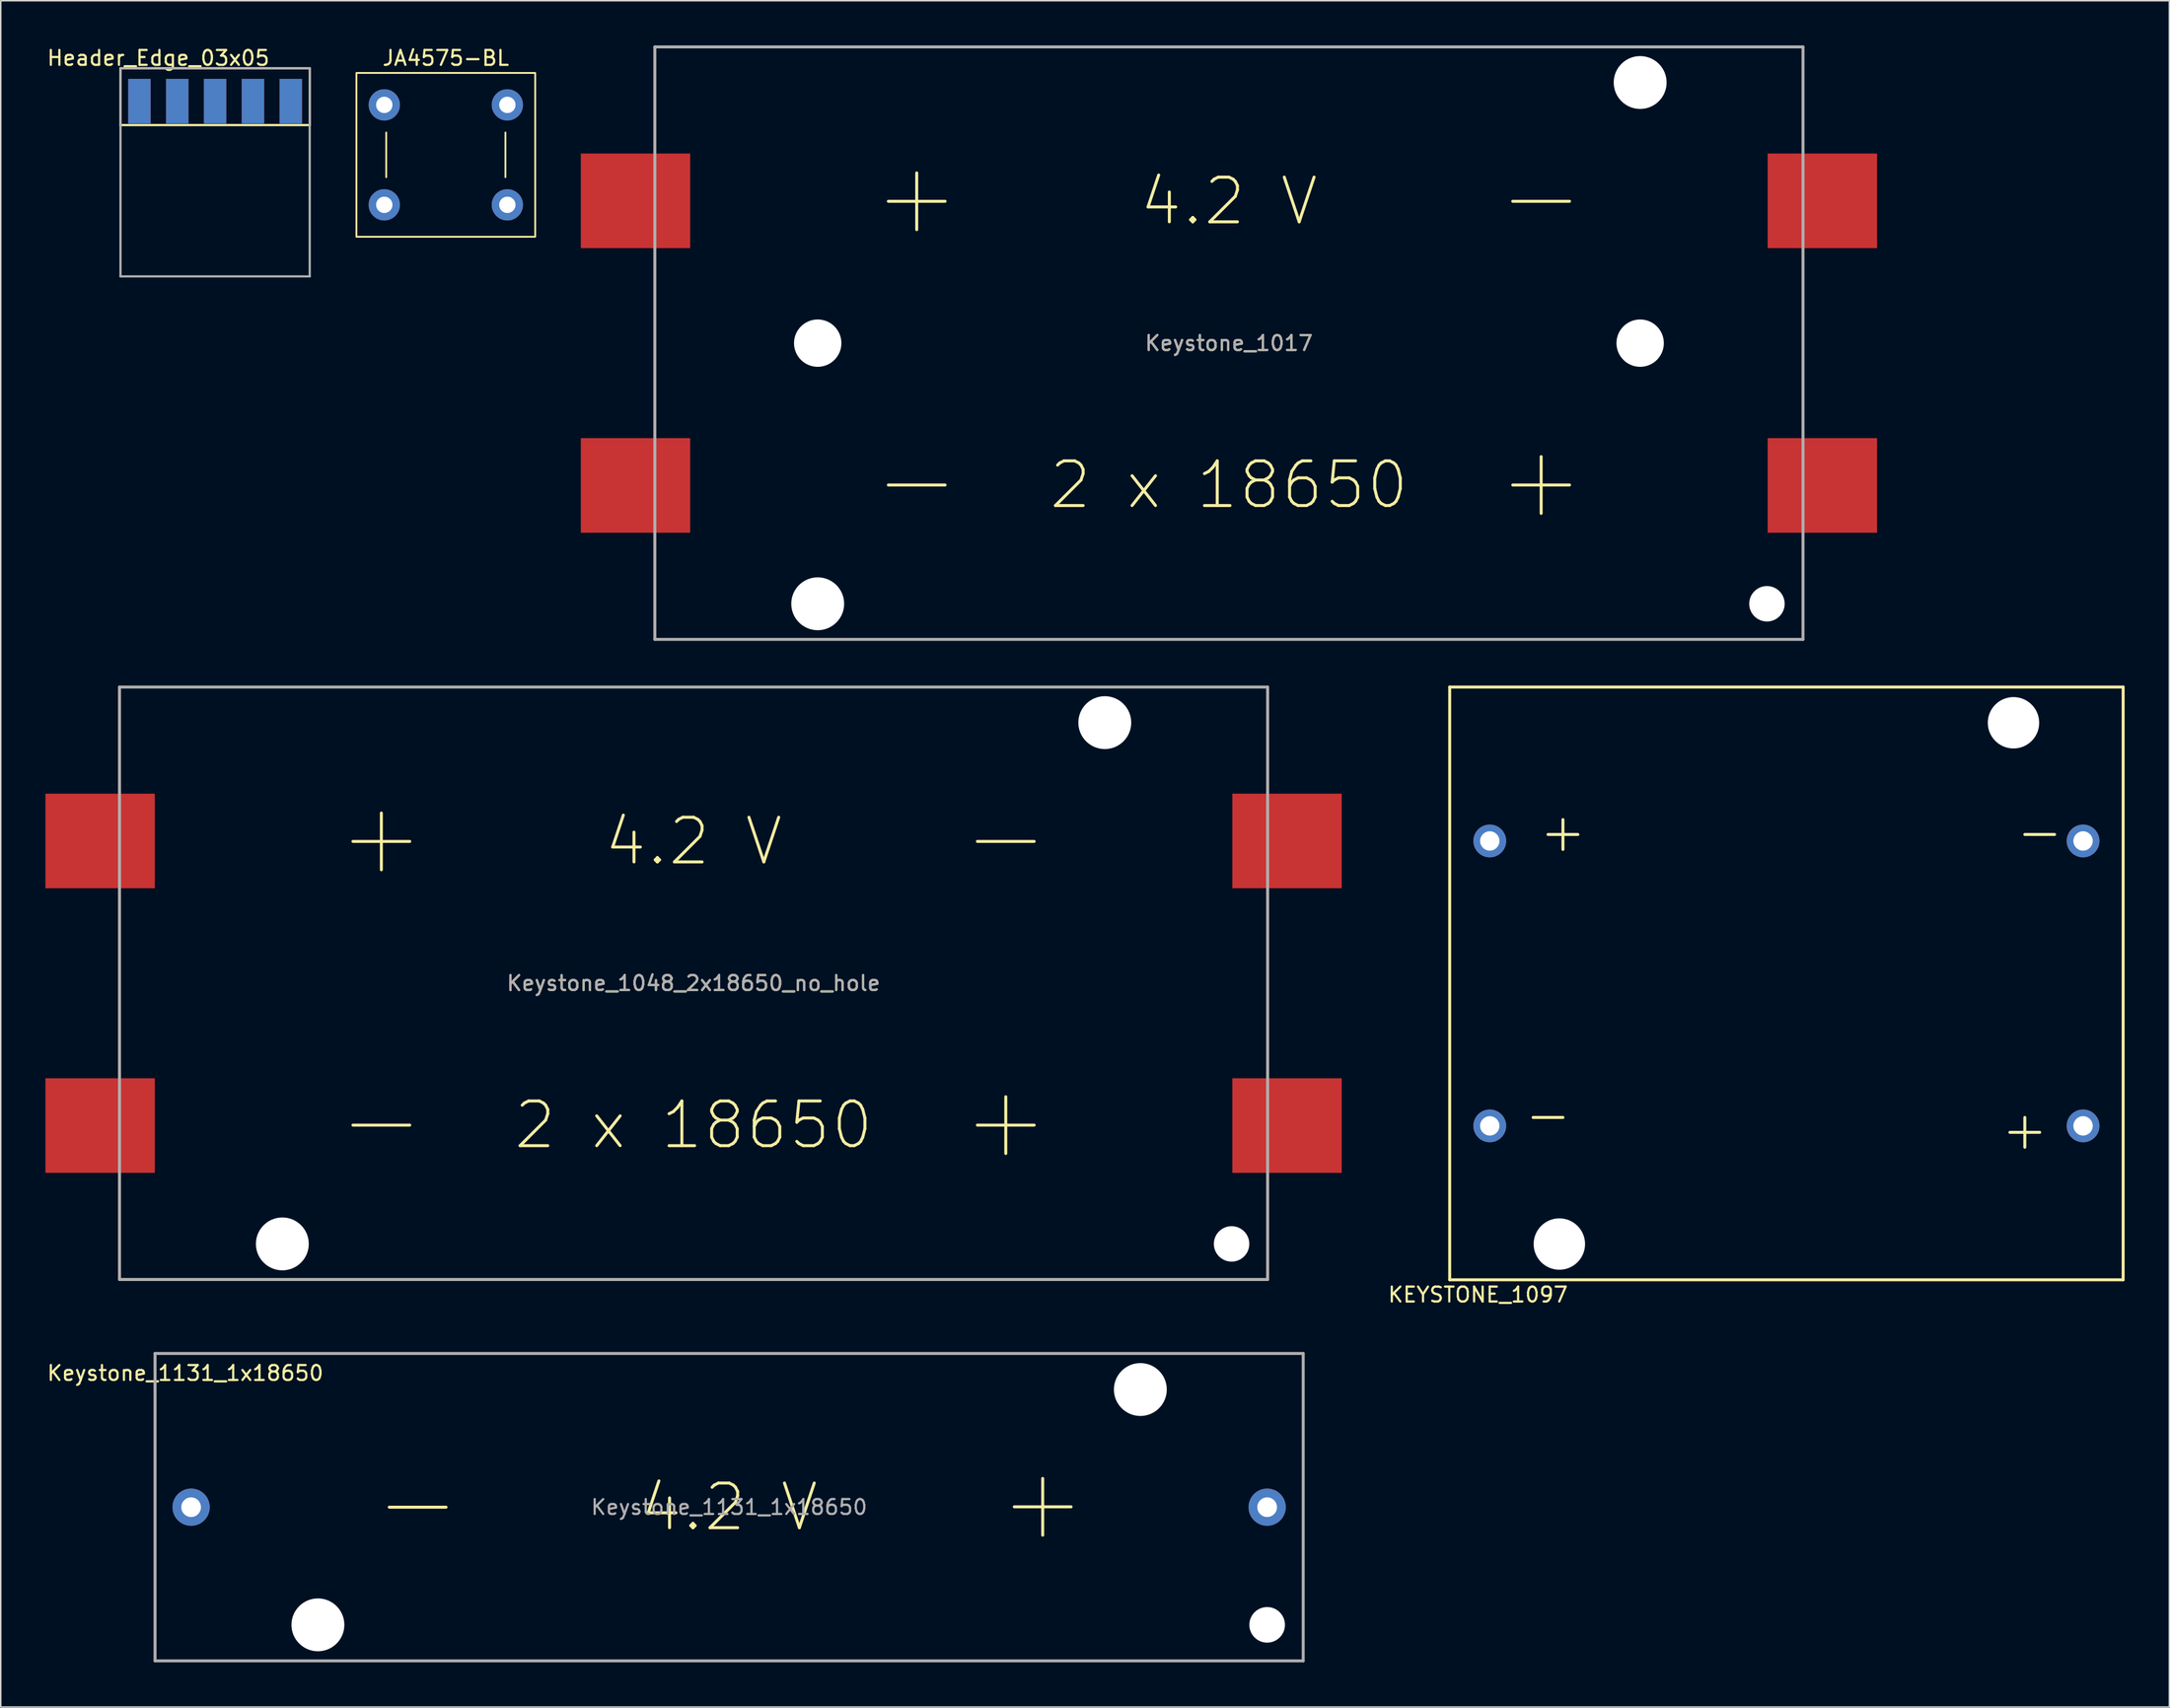
<source format=kicad_pcb>
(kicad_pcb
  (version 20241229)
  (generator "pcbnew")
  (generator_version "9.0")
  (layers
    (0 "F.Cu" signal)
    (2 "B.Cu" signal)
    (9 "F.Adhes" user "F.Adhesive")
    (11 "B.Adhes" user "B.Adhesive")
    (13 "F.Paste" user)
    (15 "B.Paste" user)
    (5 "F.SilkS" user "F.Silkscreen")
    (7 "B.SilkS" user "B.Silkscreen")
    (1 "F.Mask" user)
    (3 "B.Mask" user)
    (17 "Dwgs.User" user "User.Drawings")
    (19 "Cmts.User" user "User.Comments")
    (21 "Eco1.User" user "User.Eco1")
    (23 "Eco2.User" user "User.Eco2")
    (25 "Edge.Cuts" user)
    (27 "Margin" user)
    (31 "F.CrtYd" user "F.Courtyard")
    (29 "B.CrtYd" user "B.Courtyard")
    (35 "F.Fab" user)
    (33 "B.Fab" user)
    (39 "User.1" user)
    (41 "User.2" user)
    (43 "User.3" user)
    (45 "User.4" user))
  (footprint "Keystone_1017"
    (layer "F.Cu")
    (at 79.432 19.99)
    (property "Reference" "Keystone_1017" (at 0 0 0) (layer "F.SilkS") (effects (font (size 1 1) (thickness 0.15))))
    (attr smd)
    (fp_line (start -38.53 19.89) (end -38.53 -19.89) (stroke (width 0.15) (type solid)) (layer "F.SilkS"))
    (fp_line (start -22.86 -9.525) (end -19.05 -9.525) (stroke (width 0.2) (type solid)) (layer "F.SilkS"))
    (fp_line (start -22.86 9.525) (end -19.05 9.525) (stroke (width 0.2) (type solid)) (layer "F.SilkS"))
    (fp_line (start -20.955 -11.43) (end -20.955 -7.62) (stroke (width 0.2) (type solid)) (layer "F.SilkS"))
    (fp_line (start 19.05 -9.525) (end 22.86 -9.525) (stroke (width 0.2) (type solid)) (layer "F.SilkS"))
    (fp_line (start 19.05 9.525) (end 22.86 9.525) (stroke (width 0.2) (type solid)) (layer "F.SilkS"))
    (fp_line (start 20.955 11.43) (end 20.955 7.62) (stroke (width 0.2) (type solid)) (layer "F.SilkS"))
    (fp_line (start 38.53 -19.89) (end -38.53 -19.89) (stroke (width 0.15) (type solid)) (layer "F.SilkS"))
    (fp_line (start 38.53 19.89) (end -38.53 19.89) (stroke (width 0.15) (type solid)) (layer "F.SilkS"))
    (fp_line (start 38.53 19.89) (end 38.53 -19.89) (stroke (width 0.15) (type solid)) (layer "F.SilkS"))
    (fp_line (start -38.53 -19.89) (end 38.53 -19.89) (stroke (width 0.2) (type solid)) (layer "F.Fab"))
    (fp_line (start -38.53 19.89) (end -38.53 -19.89) (stroke (width 0.2) (type solid)) (layer "F.Fab"))
    (fp_line (start -38.53 19.89) (end 38.53 19.89) (stroke (width 0.2) (type solid)) (layer "F.Fab"))
    (fp_line (start 38.53 -19.89) (end 38.53 19.89) (stroke (width 0.2) (type solid)) (layer "F.Fab"))
    (fp_text user "4.2 V" (at 0 -9.525 0) (layer "F.SilkS") (effects (font (size 3 3) (thickness 0.2))))
    (fp_text user "2 x 18650" (at 0 9.525 0) (layer "F.SilkS") (effects (font (size 3 3) (thickness 0.2))))
    (fp_text user "${REFERENCE}" (at 0 0 0) (layer "F.Fab") (effects (font (size 1 1) (thickness 0.15))))
    (pad "" np_thru_hole circle (at -27.6 0) (size 3.18 3.18) (drill 3.18) (layers "*.Cu" "*.Mask"))
    (pad "" np_thru_hole circle (at -27.6 17.5) (size 3.55 3.55) (drill 3.55) (layers "*.Cu" "*.Mask"))
    (pad "" np_thru_hole circle (at 27.6 -17.5) (size 3.55 3.55) (drill 3.55) (layers "*.Cu" "*.Mask"))
    (pad "" np_thru_hole circle (at 27.6 0) (size 3.18 3.18) (drill 3.18) (layers "*.Cu" "*.Mask"))
    (pad "" np_thru_hole circle (at 36.11 17.5) (size 2.38 2.38) (drill 2.38) (layers "*.Cu" "*.Mask"))
    (pad "1" smd rect (at -39.83 -9.555) (size 7.34 6.35) (layers "F.Cu" "F.Mask" "F.Paste"))
    (pad "2" smd rect (at 39.83 -9.555) (size 7.34 6.35) (layers "F.Cu" "F.Mask" "F.Paste"))
    (pad "3" smd rect (at 39.83 9.555) (size 7.34 6.35) (layers "F.Cu" "F.Mask" "F.Paste"))
    (pad "4" smd rect (at -39.83 9.555) (size 7.34 6.35) (layers "F.Cu" "F.Mask" "F.Paste")))
  (footprint "JA4575-BL"
    (layer "F.Cu")
    (at 26.872 7.348)
    (property "Reference" "JA4575-BL" (at 0 -6.5 0) (unlocked yes) (layer "F.SilkS") (effects (font (size 1 1) (thickness 0.15))))
    (attr through_hole)
    (fp_line (start -4 -1.5) (end -4 1.5) (stroke (width 0.12) (type solid)) (layer "F.SilkS"))
    (fp_line (start 4 -1.5) (end 4 1.5) (stroke (width 0.12) (type solid)) (layer "F.SilkS"))
    (fp_rect (start -6 -5.5) (end 6 5.5) (stroke (width 0.12) (type solid)) (fill no) (layer "F.SilkS"))
    (pad "1" thru_hole circle (at -4.13 -3.355) (size 2.1 2.1) (drill 1.1) (layers "*.Cu" "*.Mask"))
    (pad "2" thru_hole circle (at -4.13 3.355) (size 2.1 2.1) (drill 1.1) (layers "*.Cu" "*.Mask"))
    (pad "3" thru_hole circle (at 4.13 -3.355) (size 2.1 2.1) (drill 1.1) (layers "*.Cu" "*.Mask"))
    (pad "4" thru_hole circle (at 4.13 3.355) (size 2.1 2.1) (drill 1.1) (layers "*.Cu" "*.Mask")))
  (footprint "KEYSTONE_1097"
    (layer "F.Cu")
    (at 116.849 62.98)
    (property "Reference" "KEYSTONE_1097" (at -20.7 20.9 0) (layer "F.SilkS") (effects (font (size 1 1) (thickness 0.15))))
    (attr through_hole)
    (fp_line (start -22.6 -19.9) (end 22.6 -19.9) (stroke (width 0.2) (type solid)) (layer "F.SilkS"))
    (fp_line (start -22.6 19.9) (end -22.6 -19.9) (stroke (width 0.2) (type solid)) (layer "F.SilkS"))
    (fp_line (start -17 9) (end -15 9) (stroke (width 0.2) (type solid)) (layer "F.SilkS"))
    (fp_line (start -16 -10) (end -14 -10) (stroke (width 0.2) (type solid)) (layer "F.SilkS"))
    (fp_line (start -15 -11) (end -15 -9) (stroke (width 0.2) (type solid)) (layer "F.SilkS"))
    (fp_line (start 16 -10) (end 18 -10) (stroke (width 0.2) (type solid)) (layer "F.SilkS"))
    (fp_line (start 16 9) (end 16 11) (stroke (width 0.2) (type solid)) (layer "F.SilkS"))
    (fp_line (start 17 10) (end 15 10) (stroke (width 0.2) (type solid)) (layer "F.SilkS"))
    (fp_line (start 22.6 -19.9) (end 22.6 19.9) (stroke (width 0.2) (type solid)) (layer "F.SilkS"))
    (fp_line (start 22.6 19.9) (end -22.6 19.9) (stroke (width 0.2) (type solid)) (layer "F.SilkS"))
    (pad "" np_thru_hole circle (at -15.24 17.5) (size 3.45 3.45) (drill 3.45) (layers "*.Cu" "*.Mask"))
    (pad "" np_thru_hole circle (at 15.24 -17.5) (size 3.45 3.45) (drill 3.45) (layers "*.Cu" "*.Mask"))
    (pad "1" thru_hole circle (at -19.91 -9.565) (size 2.2 2.2) (drill 1.3) (layers "*.Cu" "*.Mask"))
    (pad "2" thru_hole circle (at 19.91 -9.565) (size 2.2 2.2) (drill 1.3) (layers "*.Cu" "*.Mask"))
    (pad "3" thru_hole circle (at 19.91 9.565) (size 2.2 2.2) (drill 1.3) (layers "*.Cu" "*.Mask"))
    (pad "4" thru_hole circle (at -19.91 9.565) (size 2.2 2.2) (drill 1.3) (layers "*.Cu" "*.Mask")))
  (footprint "Keystone_1048_2x18650_no_hole"
    (layer "F.Cu")
    (at 43.5 62.97)
    (property "Reference" "Keystone_1048_2x18650_no_hole" (at 0 0 0) (layer "F.SilkS") (effects (font (size 1 1) (thickness 0.15))))
    (attr smd)
    (fp_line (start -38.53 19.89) (end -38.53 -19.89) (stroke (width 0.15) (type solid)) (layer "F.SilkS"))
    (fp_line (start -22.86 -9.525) (end -19.05 -9.525) (stroke (width 0.2) (type solid)) (layer "F.SilkS"))
    (fp_line (start -22.86 9.525) (end -19.05 9.525) (stroke (width 0.2) (type solid)) (layer "F.SilkS"))
    (fp_line (start -20.955 -11.43) (end -20.955 -7.62) (stroke (width 0.2) (type solid)) (layer "F.SilkS"))
    (fp_line (start 19.05 -9.525) (end 22.86 -9.525) (stroke (width 0.2) (type solid)) (layer "F.SilkS"))
    (fp_line (start 19.05 9.525) (end 22.86 9.525) (stroke (width 0.2) (type solid)) (layer "F.SilkS"))
    (fp_line (start 20.955 11.43) (end 20.955 7.62) (stroke (width 0.2) (type solid)) (layer "F.SilkS"))
    (fp_line (start 38.53 -19.89) (end -38.53 -19.89) (stroke (width 0.15) (type solid)) (layer "F.SilkS"))
    (fp_line (start 38.53 19.89) (end -38.53 19.89) (stroke (width 0.15) (type solid)) (layer "F.SilkS"))
    (fp_line (start 38.53 19.89) (end 38.53 -19.89) (stroke (width 0.15) (type solid)) (layer "F.SilkS"))
    (fp_line (start -38.53 -19.89) (end 38.53 -19.89) (stroke (width 0.2) (type solid)) (layer "F.Fab"))
    (fp_line (start -38.53 19.89) (end -38.53 -19.89) (stroke (width 0.2) (type solid)) (layer "F.Fab"))
    (fp_line (start -38.53 19.89) (end 38.53 19.89) (stroke (width 0.2) (type solid)) (layer "F.Fab"))
    (fp_line (start 38.53 -19.89) (end 38.53 19.89) (stroke (width 0.2) (type solid)) (layer "F.Fab"))
    (fp_text user "4.2 V" (at 0 -9.525 0) (layer "F.SilkS") (effects (font (size 3 3) (thickness 0.2))))
    (fp_text user "2 x 18650" (at 0 9.525 0) (layer "F.SilkS") (effects (font (size 3 3) (thickness 0.2))))
    (fp_text user "${REFERENCE}" (at 0 0 0) (layer "F.Fab") (effects (font (size 1 1) (thickness 0.15))))
    (pad "" np_thru_hole circle (at -27.6 17.5) (size 3.55 3.55) (drill 3.55) (layers "*.Cu" "*.Mask"))
    (pad "" np_thru_hole circle (at 27.6 -17.5) (size 3.55 3.55) (drill 3.55) (layers "*.Cu" "*.Mask"))
    (pad "" np_thru_hole circle (at 36.11 17.5) (size 2.38 2.38) (drill 2.38) (layers "*.Cu" "*.Mask"))
    (pad "1" smd rect (at -39.83 -9.555) (size 7.34 6.35) (layers "F.Cu" "F.Mask" "F.Paste"))
    (pad "2" smd rect (at 39.83 -9.555) (size 7.34 6.35) (layers "F.Cu" "F.Mask" "F.Paste"))
    (pad "3" smd rect (at 39.83 9.555) (size 7.34 6.35) (layers "F.Cu" "F.Mask" "F.Paste"))
    (pad "4" smd rect (at -39.83 9.555) (size 7.34 6.35) (layers "F.Cu" "F.Mask" "F.Paste")))
  (footprint "Keystone_1131_1x18650"
    (layer "F.Cu")
    (at 45.887 98.148)
    (property "Reference" "Keystone_1131_1x18650" (at -36.5 -9 0) (layer "F.SilkS") (effects (font (size 1 1) (thickness 0.15))))
    (attr smd)
    (fp_line (start -38.53 10.32) (end -38.53 -10.32) (stroke (width 0.15) (type solid)) (layer "F.SilkS"))
    (fp_line (start -22.81 0) (end -19 0) (stroke (width 0.2) (type solid)) (layer "F.SilkS"))
    (fp_line (start 19.14 -0.025) (end 22.95 -0.025) (stroke (width 0.2) (type solid)) (layer "F.SilkS"))
    (fp_line (start 21.045 -1.93) (end 21.045 1.88) (stroke (width 0.2) (type solid)) (layer "F.SilkS"))
    (fp_line (start 38.53 -10.32) (end -38.53 -10.32) (stroke (width 0.15) (type solid)) (layer "F.SilkS"))
    (fp_line (start 38.53 10.32) (end -38.53 10.32) (stroke (width 0.15) (type solid)) (layer "F.SilkS"))
    (fp_line (start 38.53 10.32) (end 38.53 -10.32) (stroke (width 0.15) (type solid)) (layer "F.SilkS"))
    (fp_line (start -38.53 -10.32) (end 38.53 -10.32) (stroke (width 0.2) (type solid)) (layer "F.Fab"))
    (fp_line (start -38.53 10.32) (end -38.53 -10.32) (stroke (width 0.2) (type solid)) (layer "F.Fab"))
    (fp_line (start -38.53 10.32) (end 38.53 10.32) (stroke (width 0.2) (type solid)) (layer "F.Fab"))
    (fp_line (start 38.53 -10.32) (end 38.53 10.32) (stroke (width 0.2) (type solid)) (layer "F.Fab"))
    (fp_text user "4.2 V" (at 0 0 0) (layer "F.SilkS") (effects (font (size 3 3) (thickness 0.2))))
    (fp_text user "${REFERENCE}" (at 0 0 0) (layer "F.Fab") (effects (font (size 1 1) (thickness 0.15))))
    (pad "" np_thru_hole circle (at -27.6 7.9) (size 3.55 3.55) (drill 3.55) (layers "*.Cu" "*.Mask"))
    (pad "" np_thru_hole circle (at 27.6 -7.9) (size 3.55 3.55) (drill 3.55) (layers "*.Cu" "*.Mask"))
    (pad "" np_thru_hole circle (at 36.11 7.9) (size 2.39 2.39) (drill 2.39) (layers "*.Cu" "*.Mask"))
    (pad "1" thru_hole circle (at 36.11 0) (size 2.5 2.5) (drill 1.32) (layers "*.Cu" "*.Mask"))
    (pad "2" thru_hole circle (at -36.11 0) (size 2.5 2.5) (drill 1.32) (layers "*.Cu" "*.Mask")))
  (footprint "Header_Edge_03x05"
    (layer "F.Cu")
    (at 6.307 5.348)
    (property "Reference" "Header_Edge_03x05" (at 1.27 -4.5 0) (layer "F.SilkS") (effects (font (size 1 1) (thickness 0.15))))
    (attr through_hole)
    (fp_line (start -1.27 -3.81) (end 11.43 -3.81) (stroke (width 0.15) (type solid)) (layer "F.SilkS"))
    (fp_line (start -1.27 0) (end -1.27 -3.81) (stroke (width 0.15) (type solid)) (layer "F.SilkS"))
    (fp_line (start 11.43 -3.81) (end 11.43 0) (stroke (width 0.15) (type solid)) (layer "F.SilkS"))
    (fp_line (start 11.43 0) (end -1.27 0) (stroke (width 0.15) (type solid)) (layer "F.SilkS"))
    (fp_line (start -1.27 -3.81) (end 11.43 -3.81) (stroke (width 0.15) (type solid)) (layer "F.Fab"))
    (fp_line (start -1.27 10.16) (end -1.27 -3.81) (stroke (width 0.15) (type solid)) (layer "F.Fab"))
    (fp_line (start 11.43 -3.81) (end 11.43 10.16) (stroke (width 0.15) (type solid)) (layer "F.Fab"))
    (fp_line (start 11.43 10.16) (end -1.27 10.16) (stroke (width 0.15) (type solid)) (layer "F.Fab"))
    (pad "1" smd rect (at 0 -1.6) (size 1.5 3) (layers "F.Cu" "F.Mask" "F.Paste"))
    (pad "2" smd rect (at 0 -1.6) (size 1.5 3) (layers "B.Cu" "B.Mask" "B.Paste"))
    (pad "3" smd rect (at 2.54 -1.6) (size 1.5 3) (layers "F.Cu" "F.Mask" "F.Paste"))
    (pad "4" smd rect (at 2.54 -1.6) (size 1.5 3) (layers "B.Cu" "B.Mask" "B.Paste"))
    (pad "5" smd rect (at 5.08 -1.6) (size 1.5 3) (layers "F.Cu" "F.Mask" "F.Paste"))
    (pad "6" smd rect (at 5.08 -1.6) (size 1.5 3) (layers "B.Cu" "B.Mask" "B.Paste"))
    (pad "7" smd rect (at 7.62 -1.6) (size 1.5 3) (layers "F.Cu" "F.Mask" "F.Paste"))
    (pad "8" smd rect (at 7.62 -1.6) (size 1.5 3) (layers "B.Cu" "B.Mask" "B.Paste"))
    (pad "9" smd rect (at 10.16 -1.6) (size 1.5 3) (layers "F.Cu" "F.Mask" "F.Paste"))
    (pad "10" smd rect (at 10.16 -1.6) (size 1.5 3) (layers "B.Cu" "B.Mask" "B.Paste")))
  (gr_rect
    (start -3 -3)
    (end 142.549 111.568)
    (stroke (width 0.1) (type default))
    (fill no)
    (layer "Edge.Cuts")))
</source>
